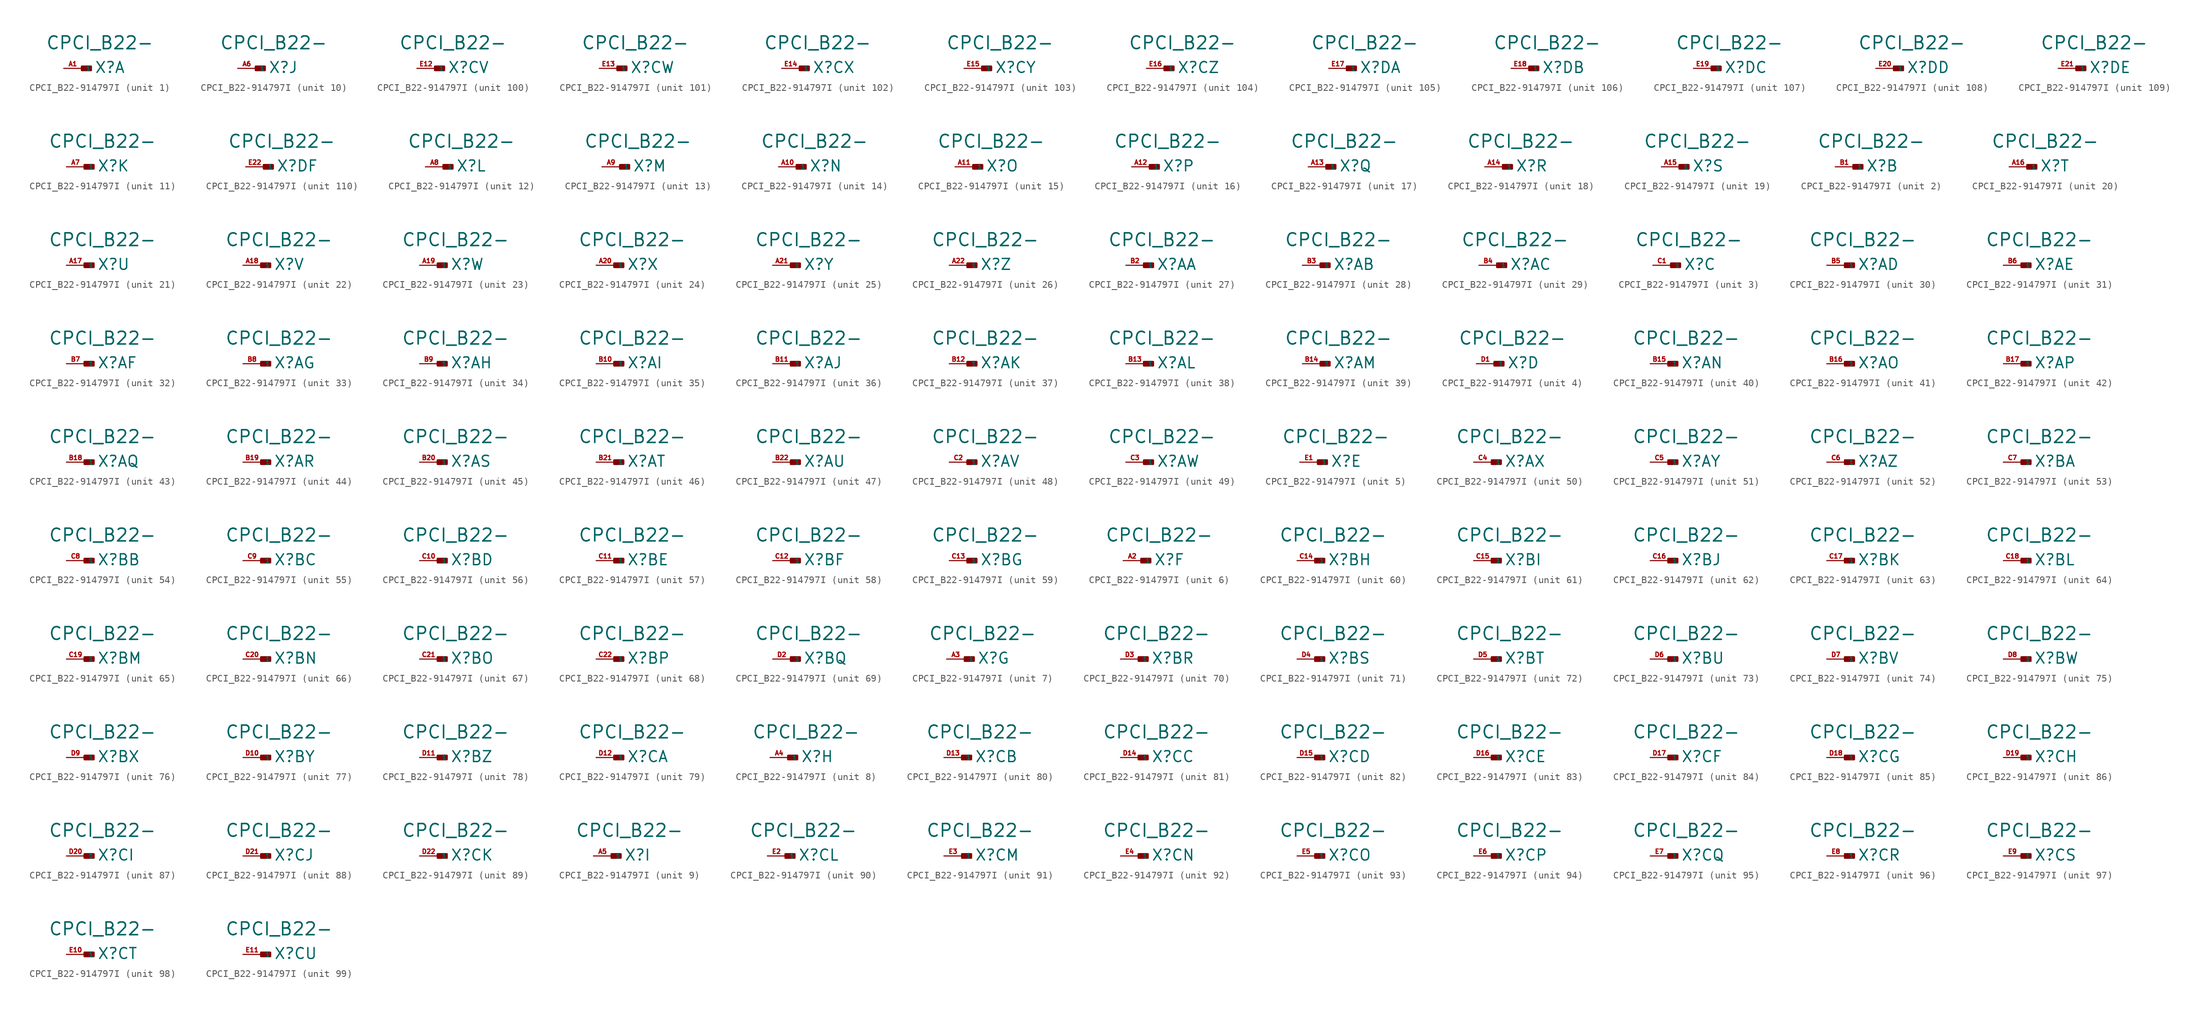
<source format=kicad_sym>
(kicad_symbol_lib
  (version 20220914)
  (generator Eagle2Kicad)
  (symbol "CPCI_B22-914797I"
    (property "Reference" "X"
      (at 1.778 -0.762 0)
      (effects (font (size 1.524 1.524) (thickness 0.19)) (justify left bottom)))
    (property "Value" "CPCI_B22-"
      (at -5.08 2.54 0)
      (effects (font (size 1.778 1.778) (thickness 0.22)) (justify left bottom)))
    (symbol "CPCI_B22-914797I_1_0"
      (rectangle (start 0 -0.254) (end 1.27 0.254) (stroke (width 0.3) (type default)) (fill (type outline)))
      (pin input line (at -2.54 0 0) (length 2.54) (name "1" (effects (font (size 0.635 0.635) (thickness 0.08)) (justify left bottom))) (number "A1" (effects (font (size 0.635 0.635) (thickness 0.08)) (justify left bottom)))))
    (symbol "CPCI_B22-914797I_2_0"
      (rectangle (start 0 -0.254) (end 1.27 0.254) (stroke (width 0.3) (type default)) (fill (type outline)))
      (pin input line (at -2.54 0 0) (length 2.54) (name "1" (effects (font (size 0.635 0.635) (thickness 0.08)) (justify left bottom))) (number "B1" (effects (font (size 0.635 0.635) (thickness 0.08)) (justify left bottom)))))
    (symbol "CPCI_B22-914797I_3_0"
      (rectangle (start 0 -0.254) (end 1.27 0.254) (stroke (width 0.3) (type default)) (fill (type outline)))
      (pin input line (at -2.54 0 0) (length 2.54) (name "1" (effects (font (size 0.635 0.635) (thickness 0.08)) (justify left bottom))) (number "C1" (effects (font (size 0.635 0.635) (thickness 0.08)) (justify left bottom)))))
    (symbol "CPCI_B22-914797I_4_0"
      (rectangle (start 0 -0.254) (end 1.27 0.254) (stroke (width 0.3) (type default)) (fill (type outline)))
      (pin input line (at -2.54 0 0) (length 2.54) (name "1" (effects (font (size 0.635 0.635) (thickness 0.08)) (justify left bottom))) (number "D1" (effects (font (size 0.635 0.635) (thickness 0.08)) (justify left bottom)))))
    (symbol "CPCI_B22-914797I_5_0"
      (rectangle (start 0 -0.254) (end 1.27 0.254) (stroke (width 0.3) (type default)) (fill (type outline)))
      (pin input line (at -2.54 0 0) (length 2.54) (name "1" (effects (font (size 0.635 0.635) (thickness 0.08)) (justify left bottom))) (number "E1" (effects (font (size 0.635 0.635) (thickness 0.08)) (justify left bottom)))))
    (symbol "CPCI_B22-914797I_6_0"
      (rectangle (start 0 -0.254) (end 1.27 0.254) (stroke (width 0.3) (type default)) (fill (type outline)))
      (pin input line (at -2.54 0 0) (length 2.54) (name "1" (effects (font (size 0.635 0.635) (thickness 0.08)) (justify left bottom))) (number "A2" (effects (font (size 0.635 0.635) (thickness 0.08)) (justify left bottom)))))
    (symbol "CPCI_B22-914797I_7_0"
      (rectangle (start 0 -0.254) (end 1.27 0.254) (stroke (width 0.3) (type default)) (fill (type outline)))
      (pin input line (at -2.54 0 0) (length 2.54) (name "1" (effects (font (size 0.635 0.635) (thickness 0.08)) (justify left bottom))) (number "A3" (effects (font (size 0.635 0.635) (thickness 0.08)) (justify left bottom)))))
    (symbol "CPCI_B22-914797I_8_0"
      (rectangle (start 0 -0.254) (end 1.27 0.254) (stroke (width 0.3) (type default)) (fill (type outline)))
      (pin input line (at -2.54 0 0) (length 2.54) (name "1" (effects (font (size 0.635 0.635) (thickness 0.08)) (justify left bottom))) (number "A4" (effects (font (size 0.635 0.635) (thickness 0.08)) (justify left bottom)))))
    (symbol "CPCI_B22-914797I_9_0"
      (rectangle (start 0 -0.254) (end 1.27 0.254) (stroke (width 0.3) (type default)) (fill (type outline)))
      (pin input line (at -2.54 0 0) (length 2.54) (name "1" (effects (font (size 0.635 0.635) (thickness 0.08)) (justify left bottom))) (number "A5" (effects (font (size 0.635 0.635) (thickness 0.08)) (justify left bottom)))))
    (symbol "CPCI_B22-914797I_10_0"
      (rectangle (start 0 -0.254) (end 1.27 0.254) (stroke (width 0.3) (type default)) (fill (type outline)))
      (pin input line (at -2.54 0 0) (length 2.54) (name "1" (effects (font (size 0.635 0.635) (thickness 0.08)) (justify left bottom))) (number "A6" (effects (font (size 0.635 0.635) (thickness 0.08)) (justify left bottom)))))
    (symbol "CPCI_B22-914797I_11_0"
      (rectangle (start 0 -0.254) (end 1.27 0.254) (stroke (width 0.3) (type default)) (fill (type outline)))
      (pin input line (at -2.54 0 0) (length 2.54) (name "1" (effects (font (size 0.635 0.635) (thickness 0.08)) (justify left bottom))) (number "A7" (effects (font (size 0.635 0.635) (thickness 0.08)) (justify left bottom)))))
    (symbol "CPCI_B22-914797I_12_0"
      (rectangle (start 0 -0.254) (end 1.27 0.254) (stroke (width 0.3) (type default)) (fill (type outline)))
      (pin input line (at -2.54 0 0) (length 2.54) (name "1" (effects (font (size 0.635 0.635) (thickness 0.08)) (justify left bottom))) (number "A8" (effects (font (size 0.635 0.635) (thickness 0.08)) (justify left bottom)))))
    (symbol "CPCI_B22-914797I_13_0"
      (rectangle (start 0 -0.254) (end 1.27 0.254) (stroke (width 0.3) (type default)) (fill (type outline)))
      (pin input line (at -2.54 0 0) (length 2.54) (name "1" (effects (font (size 0.635 0.635) (thickness 0.08)) (justify left bottom))) (number "A9" (effects (font (size 0.635 0.635) (thickness 0.08)) (justify left bottom)))))
    (symbol "CPCI_B22-914797I_14_0"
      (rectangle (start 0 -0.254) (end 1.27 0.254) (stroke (width 0.3) (type default)) (fill (type outline)))
      (pin input line (at -2.54 0 0) (length 2.54) (name "1" (effects (font (size 0.635 0.635) (thickness 0.08)) (justify left bottom))) (number "A10" (effects (font (size 0.635 0.635) (thickness 0.08)) (justify left bottom)))))
    (symbol "CPCI_B22-914797I_15_0"
      (rectangle (start 0 -0.254) (end 1.27 0.254) (stroke (width 0.3) (type default)) (fill (type outline)))
      (pin input line (at -2.54 0 0) (length 2.54) (name "1" (effects (font (size 0.635 0.635) (thickness 0.08)) (justify left bottom))) (number "A11" (effects (font (size 0.635 0.635) (thickness 0.08)) (justify left bottom)))))
    (symbol "CPCI_B22-914797I_16_0"
      (rectangle (start 0 -0.254) (end 1.27 0.254) (stroke (width 0.3) (type default)) (fill (type outline)))
      (pin input line (at -2.54 0 0) (length 2.54) (name "1" (effects (font (size 0.635 0.635) (thickness 0.08)) (justify left bottom))) (number "A12" (effects (font (size 0.635 0.635) (thickness 0.08)) (justify left bottom)))))
    (symbol "CPCI_B22-914797I_17_0"
      (rectangle (start 0 -0.254) (end 1.27 0.254) (stroke (width 0.3) (type default)) (fill (type outline)))
      (pin input line (at -2.54 0 0) (length 2.54) (name "1" (effects (font (size 0.635 0.635) (thickness 0.08)) (justify left bottom))) (number "A13" (effects (font (size 0.635 0.635) (thickness 0.08)) (justify left bottom)))))
    (symbol "CPCI_B22-914797I_18_0"
      (rectangle (start 0 -0.254) (end 1.27 0.254) (stroke (width 0.3) (type default)) (fill (type outline)))
      (pin input line (at -2.54 0 0) (length 2.54) (name "1" (effects (font (size 0.635 0.635) (thickness 0.08)) (justify left bottom))) (number "A14" (effects (font (size 0.635 0.635) (thickness 0.08)) (justify left bottom)))))
    (symbol "CPCI_B22-914797I_19_0"
      (rectangle (start 0 -0.254) (end 1.27 0.254) (stroke (width 0.3) (type default)) (fill (type outline)))
      (pin input line (at -2.54 0 0) (length 2.54) (name "1" (effects (font (size 0.635 0.635) (thickness 0.08)) (justify left bottom))) (number "A15" (effects (font (size 0.635 0.635) (thickness 0.08)) (justify left bottom)))))
    (symbol "CPCI_B22-914797I_20_0"
      (rectangle (start 0 -0.254) (end 1.27 0.254) (stroke (width 0.3) (type default)) (fill (type outline)))
      (pin input line (at -2.54 0 0) (length 2.54) (name "1" (effects (font (size 0.635 0.635) (thickness 0.08)) (justify left bottom))) (number "A16" (effects (font (size 0.635 0.635) (thickness 0.08)) (justify left bottom)))))
    (symbol "CPCI_B22-914797I_21_0"
      (rectangle (start 0 -0.254) (end 1.27 0.254) (stroke (width 0.3) (type default)) (fill (type outline)))
      (pin input line (at -2.54 0 0) (length 2.54) (name "1" (effects (font (size 0.635 0.635) (thickness 0.08)) (justify left bottom))) (number "A17" (effects (font (size 0.635 0.635) (thickness 0.08)) (justify left bottom)))))
    (symbol "CPCI_B22-914797I_22_0"
      (rectangle (start 0 -0.254) (end 1.27 0.254) (stroke (width 0.3) (type default)) (fill (type outline)))
      (pin input line (at -2.54 0 0) (length 2.54) (name "1" (effects (font (size 0.635 0.635) (thickness 0.08)) (justify left bottom))) (number "A18" (effects (font (size 0.635 0.635) (thickness 0.08)) (justify left bottom)))))
    (symbol "CPCI_B22-914797I_23_0"
      (rectangle (start 0 -0.254) (end 1.27 0.254) (stroke (width 0.3) (type default)) (fill (type outline)))
      (pin input line (at -2.54 0 0) (length 2.54) (name "1" (effects (font (size 0.635 0.635) (thickness 0.08)) (justify left bottom))) (number "A19" (effects (font (size 0.635 0.635) (thickness 0.08)) (justify left bottom)))))
    (symbol "CPCI_B22-914797I_24_0"
      (rectangle (start 0 -0.254) (end 1.27 0.254) (stroke (width 0.3) (type default)) (fill (type outline)))
      (pin input line (at -2.54 0 0) (length 2.54) (name "1" (effects (font (size 0.635 0.635) (thickness 0.08)) (justify left bottom))) (number "A20" (effects (font (size 0.635 0.635) (thickness 0.08)) (justify left bottom)))))
    (symbol "CPCI_B22-914797I_25_0"
      (rectangle (start 0 -0.254) (end 1.27 0.254) (stroke (width 0.3) (type default)) (fill (type outline)))
      (pin input line (at -2.54 0 0) (length 2.54) (name "1" (effects (font (size 0.635 0.635) (thickness 0.08)) (justify left bottom))) (number "A21" (effects (font (size 0.635 0.635) (thickness 0.08)) (justify left bottom)))))
    (symbol "CPCI_B22-914797I_26_0"
      (rectangle (start 0 -0.254) (end 1.27 0.254) (stroke (width 0.3) (type default)) (fill (type outline)))
      (pin input line (at -2.54 0 0) (length 2.54) (name "1" (effects (font (size 0.635 0.635) (thickness 0.08)) (justify left bottom))) (number "A22" (effects (font (size 0.635 0.635) (thickness 0.08)) (justify left bottom)))))
    (symbol "CPCI_B22-914797I_27_0"
      (rectangle (start 0 -0.254) (end 1.27 0.254) (stroke (width 0.3) (type default)) (fill (type outline)))
      (pin input line (at -2.54 0 0) (length 2.54) (name "1" (effects (font (size 0.635 0.635) (thickness 0.08)) (justify left bottom))) (number "B2" (effects (font (size 0.635 0.635) (thickness 0.08)) (justify left bottom)))))
    (symbol "CPCI_B22-914797I_28_0"
      (rectangle (start 0 -0.254) (end 1.27 0.254) (stroke (width 0.3) (type default)) (fill (type outline)))
      (pin input line (at -2.54 0 0) (length 2.54) (name "1" (effects (font (size 0.635 0.635) (thickness 0.08)) (justify left bottom))) (number "B3" (effects (font (size 0.635 0.635) (thickness 0.08)) (justify left bottom)))))
    (symbol "CPCI_B22-914797I_29_0"
      (rectangle (start 0 -0.254) (end 1.27 0.254) (stroke (width 0.3) (type default)) (fill (type outline)))
      (pin input line (at -2.54 0 0) (length 2.54) (name "1" (effects (font (size 0.635 0.635) (thickness 0.08)) (justify left bottom))) (number "B4" (effects (font (size 0.635 0.635) (thickness 0.08)) (justify left bottom)))))
    (symbol "CPCI_B22-914797I_30_0"
      (rectangle (start 0 -0.254) (end 1.27 0.254) (stroke (width 0.3) (type default)) (fill (type outline)))
      (pin input line (at -2.54 0 0) (length 2.54) (name "1" (effects (font (size 0.635 0.635) (thickness 0.08)) (justify left bottom))) (number "B5" (effects (font (size 0.635 0.635) (thickness 0.08)) (justify left bottom)))))
    (symbol "CPCI_B22-914797I_31_0"
      (rectangle (start 0 -0.254) (end 1.27 0.254) (stroke (width 0.3) (type default)) (fill (type outline)))
      (pin input line (at -2.54 0 0) (length 2.54) (name "1" (effects (font (size 0.635 0.635) (thickness 0.08)) (justify left bottom))) (number "B6" (effects (font (size 0.635 0.635) (thickness 0.08)) (justify left bottom)))))
    (symbol "CPCI_B22-914797I_32_0"
      (rectangle (start 0 -0.254) (end 1.27 0.254) (stroke (width 0.3) (type default)) (fill (type outline)))
      (pin input line (at -2.54 0 0) (length 2.54) (name "1" (effects (font (size 0.635 0.635) (thickness 0.08)) (justify left bottom))) (number "B7" (effects (font (size 0.635 0.635) (thickness 0.08)) (justify left bottom)))))
    (symbol "CPCI_B22-914797I_33_0"
      (rectangle (start 0 -0.254) (end 1.27 0.254) (stroke (width 0.3) (type default)) (fill (type outline)))
      (pin input line (at -2.54 0 0) (length 2.54) (name "1" (effects (font (size 0.635 0.635) (thickness 0.08)) (justify left bottom))) (number "B8" (effects (font (size 0.635 0.635) (thickness 0.08)) (justify left bottom)))))
    (symbol "CPCI_B22-914797I_34_0"
      (rectangle (start 0 -0.254) (end 1.27 0.254) (stroke (width 0.3) (type default)) (fill (type outline)))
      (pin input line (at -2.54 0 0) (length 2.54) (name "1" (effects (font (size 0.635 0.635) (thickness 0.08)) (justify left bottom))) (number "B9" (effects (font (size 0.635 0.635) (thickness 0.08)) (justify left bottom)))))
    (symbol "CPCI_B22-914797I_35_0"
      (rectangle (start 0 -0.254) (end 1.27 0.254) (stroke (width 0.3) (type default)) (fill (type outline)))
      (pin input line (at -2.54 0 0) (length 2.54) (name "1" (effects (font (size 0.635 0.635) (thickness 0.08)) (justify left bottom))) (number "B10" (effects (font (size 0.635 0.635) (thickness 0.08)) (justify left bottom)))))
    (symbol "CPCI_B22-914797I_36_0"
      (rectangle (start 0 -0.254) (end 1.27 0.254) (stroke (width 0.3) (type default)) (fill (type outline)))
      (pin input line (at -2.54 0 0) (length 2.54) (name "1" (effects (font (size 0.635 0.635) (thickness 0.08)) (justify left bottom))) (number "B11" (effects (font (size 0.635 0.635) (thickness 0.08)) (justify left bottom)))))
    (symbol "CPCI_B22-914797I_37_0"
      (rectangle (start 0 -0.254) (end 1.27 0.254) (stroke (width 0.3) (type default)) (fill (type outline)))
      (pin input line (at -2.54 0 0) (length 2.54) (name "1" (effects (font (size 0.635 0.635) (thickness 0.08)) (justify left bottom))) (number "B12" (effects (font (size 0.635 0.635) (thickness 0.08)) (justify left bottom)))))
    (symbol "CPCI_B22-914797I_38_0"
      (rectangle (start 0 -0.254) (end 1.27 0.254) (stroke (width 0.3) (type default)) (fill (type outline)))
      (pin input line (at -2.54 0 0) (length 2.54) (name "1" (effects (font (size 0.635 0.635) (thickness 0.08)) (justify left bottom))) (number "B13" (effects (font (size 0.635 0.635) (thickness 0.08)) (justify left bottom)))))
    (symbol "CPCI_B22-914797I_39_0"
      (rectangle (start 0 -0.254) (end 1.27 0.254) (stroke (width 0.3) (type default)) (fill (type outline)))
      (pin input line (at -2.54 0 0) (length 2.54) (name "1" (effects (font (size 0.635 0.635) (thickness 0.08)) (justify left bottom))) (number "B14" (effects (font (size 0.635 0.635) (thickness 0.08)) (justify left bottom)))))
    (symbol "CPCI_B22-914797I_40_0"
      (rectangle (start 0 -0.254) (end 1.27 0.254) (stroke (width 0.3) (type default)) (fill (type outline)))
      (pin input line (at -2.54 0 0) (length 2.54) (name "1" (effects (font (size 0.635 0.635) (thickness 0.08)) (justify left bottom))) (number "B15" (effects (font (size 0.635 0.635) (thickness 0.08)) (justify left bottom)))))
    (symbol "CPCI_B22-914797I_41_0"
      (rectangle (start 0 -0.254) (end 1.27 0.254) (stroke (width 0.3) (type default)) (fill (type outline)))
      (pin input line (at -2.54 0 0) (length 2.54) (name "1" (effects (font (size 0.635 0.635) (thickness 0.08)) (justify left bottom))) (number "B16" (effects (font (size 0.635 0.635) (thickness 0.08)) (justify left bottom)))))
    (symbol "CPCI_B22-914797I_42_0"
      (rectangle (start 0 -0.254) (end 1.27 0.254) (stroke (width 0.3) (type default)) (fill (type outline)))
      (pin input line (at -2.54 0 0) (length 2.54) (name "1" (effects (font (size 0.635 0.635) (thickness 0.08)) (justify left bottom))) (number "B17" (effects (font (size 0.635 0.635) (thickness 0.08)) (justify left bottom)))))
    (symbol "CPCI_B22-914797I_43_0"
      (rectangle (start 0 -0.254) (end 1.27 0.254) (stroke (width 0.3) (type default)) (fill (type outline)))
      (pin input line (at -2.54 0 0) (length 2.54) (name "1" (effects (font (size 0.635 0.635) (thickness 0.08)) (justify left bottom))) (number "B18" (effects (font (size 0.635 0.635) (thickness 0.08)) (justify left bottom)))))
    (symbol "CPCI_B22-914797I_44_0"
      (rectangle (start 0 -0.254) (end 1.27 0.254) (stroke (width 0.3) (type default)) (fill (type outline)))
      (pin input line (at -2.54 0 0) (length 2.54) (name "1" (effects (font (size 0.635 0.635) (thickness 0.08)) (justify left bottom))) (number "B19" (effects (font (size 0.635 0.635) (thickness 0.08)) (justify left bottom)))))
    (symbol "CPCI_B22-914797I_45_0"
      (rectangle (start 0 -0.254) (end 1.27 0.254) (stroke (width 0.3) (type default)) (fill (type outline)))
      (pin input line (at -2.54 0 0) (length 2.54) (name "1" (effects (font (size 0.635 0.635) (thickness 0.08)) (justify left bottom))) (number "B20" (effects (font (size 0.635 0.635) (thickness 0.08)) (justify left bottom)))))
    (symbol "CPCI_B22-914797I_46_0"
      (rectangle (start 0 -0.254) (end 1.27 0.254) (stroke (width 0.3) (type default)) (fill (type outline)))
      (pin input line (at -2.54 0 0) (length 2.54) (name "1" (effects (font (size 0.635 0.635) (thickness 0.08)) (justify left bottom))) (number "B21" (effects (font (size 0.635 0.635) (thickness 0.08)) (justify left bottom)))))
    (symbol "CPCI_B22-914797I_47_0"
      (rectangle (start 0 -0.254) (end 1.27 0.254) (stroke (width 0.3) (type default)) (fill (type outline)))
      (pin input line (at -2.54 0 0) (length 2.54) (name "1" (effects (font (size 0.635 0.635) (thickness 0.08)) (justify left bottom))) (number "B22" (effects (font (size 0.635 0.635) (thickness 0.08)) (justify left bottom)))))
    (symbol "CPCI_B22-914797I_48_0"
      (rectangle (start 0 -0.254) (end 1.27 0.254) (stroke (width 0.3) (type default)) (fill (type outline)))
      (pin input line (at -2.54 0 0) (length 2.54) (name "1" (effects (font (size 0.635 0.635) (thickness 0.08)) (justify left bottom))) (number "C2" (effects (font (size 0.635 0.635) (thickness 0.08)) (justify left bottom)))))
    (symbol "CPCI_B22-914797I_49_0"
      (rectangle (start 0 -0.254) (end 1.27 0.254) (stroke (width 0.3) (type default)) (fill (type outline)))
      (pin input line (at -2.54 0 0) (length 2.54) (name "1" (effects (font (size 0.635 0.635) (thickness 0.08)) (justify left bottom))) (number "C3" (effects (font (size 0.635 0.635) (thickness 0.08)) (justify left bottom)))))
    (symbol "CPCI_B22-914797I_50_0"
      (rectangle (start 0 -0.254) (end 1.27 0.254) (stroke (width 0.3) (type default)) (fill (type outline)))
      (pin input line (at -2.54 0 0) (length 2.54) (name "1" (effects (font (size 0.635 0.635) (thickness 0.08)) (justify left bottom))) (number "C4" (effects (font (size 0.635 0.635) (thickness 0.08)) (justify left bottom)))))
    (symbol "CPCI_B22-914797I_51_0"
      (rectangle (start 0 -0.254) (end 1.27 0.254) (stroke (width 0.3) (type default)) (fill (type outline)))
      (pin input line (at -2.54 0 0) (length 2.54) (name "1" (effects (font (size 0.635 0.635) (thickness 0.08)) (justify left bottom))) (number "C5" (effects (font (size 0.635 0.635) (thickness 0.08)) (justify left bottom)))))
    (symbol "CPCI_B22-914797I_52_0"
      (rectangle (start 0 -0.254) (end 1.27 0.254) (stroke (width 0.3) (type default)) (fill (type outline)))
      (pin input line (at -2.54 0 0) (length 2.54) (name "1" (effects (font (size 0.635 0.635) (thickness 0.08)) (justify left bottom))) (number "C6" (effects (font (size 0.635 0.635) (thickness 0.08)) (justify left bottom)))))
    (symbol "CPCI_B22-914797I_53_0"
      (rectangle (start 0 -0.254) (end 1.27 0.254) (stroke (width 0.3) (type default)) (fill (type outline)))
      (pin input line (at -2.54 0 0) (length 2.54) (name "1" (effects (font (size 0.635 0.635) (thickness 0.08)) (justify left bottom))) (number "C7" (effects (font (size 0.635 0.635) (thickness 0.08)) (justify left bottom)))))
    (symbol "CPCI_B22-914797I_54_0"
      (rectangle (start 0 -0.254) (end 1.27 0.254) (stroke (width 0.3) (type default)) (fill (type outline)))
      (pin input line (at -2.54 0 0) (length 2.54) (name "1" (effects (font (size 0.635 0.635) (thickness 0.08)) (justify left bottom))) (number "C8" (effects (font (size 0.635 0.635) (thickness 0.08)) (justify left bottom)))))
    (symbol "CPCI_B22-914797I_55_0"
      (rectangle (start 0 -0.254) (end 1.27 0.254) (stroke (width 0.3) (type default)) (fill (type outline)))
      (pin input line (at -2.54 0 0) (length 2.54) (name "1" (effects (font (size 0.635 0.635) (thickness 0.08)) (justify left bottom))) (number "C9" (effects (font (size 0.635 0.635) (thickness 0.08)) (justify left bottom)))))
    (symbol "CPCI_B22-914797I_56_0"
      (rectangle (start 0 -0.254) (end 1.27 0.254) (stroke (width 0.3) (type default)) (fill (type outline)))
      (pin input line (at -2.54 0 0) (length 2.54) (name "1" (effects (font (size 0.635 0.635) (thickness 0.08)) (justify left bottom))) (number "C10" (effects (font (size 0.635 0.635) (thickness 0.08)) (justify left bottom)))))
    (symbol "CPCI_B22-914797I_57_0"
      (rectangle (start 0 -0.254) (end 1.27 0.254) (stroke (width 0.3) (type default)) (fill (type outline)))
      (pin input line (at -2.54 0 0) (length 2.54) (name "1" (effects (font (size 0.635 0.635) (thickness 0.08)) (justify left bottom))) (number "C11" (effects (font (size 0.635 0.635) (thickness 0.08)) (justify left bottom)))))
    (symbol "CPCI_B22-914797I_58_0"
      (rectangle (start 0 -0.254) (end 1.27 0.254) (stroke (width 0.3) (type default)) (fill (type outline)))
      (pin input line (at -2.54 0 0) (length 2.54) (name "1" (effects (font (size 0.635 0.635) (thickness 0.08)) (justify left bottom))) (number "C12" (effects (font (size 0.635 0.635) (thickness 0.08)) (justify left bottom)))))
    (symbol "CPCI_B22-914797I_59_0"
      (rectangle (start 0 -0.254) (end 1.27 0.254) (stroke (width 0.3) (type default)) (fill (type outline)))
      (pin input line (at -2.54 0 0) (length 2.54) (name "1" (effects (font (size 0.635 0.635) (thickness 0.08)) (justify left bottom))) (number "C13" (effects (font (size 0.635 0.635) (thickness 0.08)) (justify left bottom)))))
    (symbol "CPCI_B22-914797I_60_0"
      (rectangle (start 0 -0.254) (end 1.27 0.254) (stroke (width 0.3) (type default)) (fill (type outline)))
      (pin input line (at -2.54 0 0) (length 2.54) (name "1" (effects (font (size 0.635 0.635) (thickness 0.08)) (justify left bottom))) (number "C14" (effects (font (size 0.635 0.635) (thickness 0.08)) (justify left bottom)))))
    (symbol "CPCI_B22-914797I_61_0"
      (rectangle (start 0 -0.254) (end 1.27 0.254) (stroke (width 0.3) (type default)) (fill (type outline)))
      (pin input line (at -2.54 0 0) (length 2.54) (name "1" (effects (font (size 0.635 0.635) (thickness 0.08)) (justify left bottom))) (number "C15" (effects (font (size 0.635 0.635) (thickness 0.08)) (justify left bottom)))))
    (symbol "CPCI_B22-914797I_62_0"
      (rectangle (start 0 -0.254) (end 1.27 0.254) (stroke (width 0.3) (type default)) (fill (type outline)))
      (pin input line (at -2.54 0 0) (length 2.54) (name "1" (effects (font (size 0.635 0.635) (thickness 0.08)) (justify left bottom))) (number "C16" (effects (font (size 0.635 0.635) (thickness 0.08)) (justify left bottom)))))
    (symbol "CPCI_B22-914797I_63_0"
      (rectangle (start 0 -0.254) (end 1.27 0.254) (stroke (width 0.3) (type default)) (fill (type outline)))
      (pin input line (at -2.54 0 0) (length 2.54) (name "1" (effects (font (size 0.635 0.635) (thickness 0.08)) (justify left bottom))) (number "C17" (effects (font (size 0.635 0.635) (thickness 0.08)) (justify left bottom)))))
    (symbol "CPCI_B22-914797I_64_0"
      (rectangle (start 0 -0.254) (end 1.27 0.254) (stroke (width 0.3) (type default)) (fill (type outline)))
      (pin input line (at -2.54 0 0) (length 2.54) (name "1" (effects (font (size 0.635 0.635) (thickness 0.08)) (justify left bottom))) (number "C18" (effects (font (size 0.635 0.635) (thickness 0.08)) (justify left bottom)))))
    (symbol "CPCI_B22-914797I_65_0"
      (rectangle (start 0 -0.254) (end 1.27 0.254) (stroke (width 0.3) (type default)) (fill (type outline)))
      (pin input line (at -2.54 0 0) (length 2.54) (name "1" (effects (font (size 0.635 0.635) (thickness 0.08)) (justify left bottom))) (number "C19" (effects (font (size 0.635 0.635) (thickness 0.08)) (justify left bottom)))))
    (symbol "CPCI_B22-914797I_66_0"
      (rectangle (start 0 -0.254) (end 1.27 0.254) (stroke (width 0.3) (type default)) (fill (type outline)))
      (pin input line (at -2.54 0 0) (length 2.54) (name "1" (effects (font (size 0.635 0.635) (thickness 0.08)) (justify left bottom))) (number "C20" (effects (font (size 0.635 0.635) (thickness 0.08)) (justify left bottom)))))
    (symbol "CPCI_B22-914797I_67_0"
      (rectangle (start 0 -0.254) (end 1.27 0.254) (stroke (width 0.3) (type default)) (fill (type outline)))
      (pin input line (at -2.54 0 0) (length 2.54) (name "1" (effects (font (size 0.635 0.635) (thickness 0.08)) (justify left bottom))) (number "C21" (effects (font (size 0.635 0.635) (thickness 0.08)) (justify left bottom)))))
    (symbol "CPCI_B22-914797I_68_0"
      (rectangle (start 0 -0.254) (end 1.27 0.254) (stroke (width 0.3) (type default)) (fill (type outline)))
      (pin input line (at -2.54 0 0) (length 2.54) (name "1" (effects (font (size 0.635 0.635) (thickness 0.08)) (justify left bottom))) (number "C22" (effects (font (size 0.635 0.635) (thickness 0.08)) (justify left bottom)))))
    (symbol "CPCI_B22-914797I_69_0"
      (rectangle (start 0 -0.254) (end 1.27 0.254) (stroke (width 0.3) (type default)) (fill (type outline)))
      (pin input line (at -2.54 0 0) (length 2.54) (name "1" (effects (font (size 0.635 0.635) (thickness 0.08)) (justify left bottom))) (number "D2" (effects (font (size 0.635 0.635) (thickness 0.08)) (justify left bottom)))))
    (symbol "CPCI_B22-914797I_70_0"
      (rectangle (start 0 -0.254) (end 1.27 0.254) (stroke (width 0.3) (type default)) (fill (type outline)))
      (pin input line (at -2.54 0 0) (length 2.54) (name "1" (effects (font (size 0.635 0.635) (thickness 0.08)) (justify left bottom))) (number "D3" (effects (font (size 0.635 0.635) (thickness 0.08)) (justify left bottom)))))
    (symbol "CPCI_B22-914797I_71_0"
      (rectangle (start 0 -0.254) (end 1.27 0.254) (stroke (width 0.3) (type default)) (fill (type outline)))
      (pin input line (at -2.54 0 0) (length 2.54) (name "1" (effects (font (size 0.635 0.635) (thickness 0.08)) (justify left bottom))) (number "D4" (effects (font (size 0.635 0.635) (thickness 0.08)) (justify left bottom)))))
    (symbol "CPCI_B22-914797I_72_0"
      (rectangle (start 0 -0.254) (end 1.27 0.254) (stroke (width 0.3) (type default)) (fill (type outline)))
      (pin input line (at -2.54 0 0) (length 2.54) (name "1" (effects (font (size 0.635 0.635) (thickness 0.08)) (justify left bottom))) (number "D5" (effects (font (size 0.635 0.635) (thickness 0.08)) (justify left bottom)))))
    (symbol "CPCI_B22-914797I_73_0"
      (rectangle (start 0 -0.254) (end 1.27 0.254) (stroke (width 0.3) (type default)) (fill (type outline)))
      (pin input line (at -2.54 0 0) (length 2.54) (name "1" (effects (font (size 0.635 0.635) (thickness 0.08)) (justify left bottom))) (number "D6" (effects (font (size 0.635 0.635) (thickness 0.08)) (justify left bottom)))))
    (symbol "CPCI_B22-914797I_74_0"
      (rectangle (start 0 -0.254) (end 1.27 0.254) (stroke (width 0.3) (type default)) (fill (type outline)))
      (pin input line (at -2.54 0 0) (length 2.54) (name "1" (effects (font (size 0.635 0.635) (thickness 0.08)) (justify left bottom))) (number "D7" (effects (font (size 0.635 0.635) (thickness 0.08)) (justify left bottom)))))
    (symbol "CPCI_B22-914797I_75_0"
      (rectangle (start 0 -0.254) (end 1.27 0.254) (stroke (width 0.3) (type default)) (fill (type outline)))
      (pin input line (at -2.54 0 0) (length 2.54) (name "1" (effects (font (size 0.635 0.635) (thickness 0.08)) (justify left bottom))) (number "D8" (effects (font (size 0.635 0.635) (thickness 0.08)) (justify left bottom)))))
    (symbol "CPCI_B22-914797I_76_0"
      (rectangle (start 0 -0.254) (end 1.27 0.254) (stroke (width 0.3) (type default)) (fill (type outline)))
      (pin input line (at -2.54 0 0) (length 2.54) (name "1" (effects (font (size 0.635 0.635) (thickness 0.08)) (justify left bottom))) (number "D9" (effects (font (size 0.635 0.635) (thickness 0.08)) (justify left bottom)))))
    (symbol "CPCI_B22-914797I_77_0"
      (rectangle (start 0 -0.254) (end 1.27 0.254) (stroke (width 0.3) (type default)) (fill (type outline)))
      (pin input line (at -2.54 0 0) (length 2.54) (name "1" (effects (font (size 0.635 0.635) (thickness 0.08)) (justify left bottom))) (number "D10" (effects (font (size 0.635 0.635) (thickness 0.08)) (justify left bottom)))))
    (symbol "CPCI_B22-914797I_78_0"
      (rectangle (start 0 -0.254) (end 1.27 0.254) (stroke (width 0.3) (type default)) (fill (type outline)))
      (pin input line (at -2.54 0 0) (length 2.54) (name "1" (effects (font (size 0.635 0.635) (thickness 0.08)) (justify left bottom))) (number "D11" (effects (font (size 0.635 0.635) (thickness 0.08)) (justify left bottom)))))
    (symbol "CPCI_B22-914797I_79_0"
      (rectangle (start 0 -0.254) (end 1.27 0.254) (stroke (width 0.3) (type default)) (fill (type outline)))
      (pin input line (at -2.54 0 0) (length 2.54) (name "1" (effects (font (size 0.635 0.635) (thickness 0.08)) (justify left bottom))) (number "D12" (effects (font (size 0.635 0.635) (thickness 0.08)) (justify left bottom)))))
    (symbol "CPCI_B22-914797I_80_0"
      (rectangle (start 0 -0.254) (end 1.27 0.254) (stroke (width 0.3) (type default)) (fill (type outline)))
      (pin input line (at -2.54 0 0) (length 2.54) (name "1" (effects (font (size 0.635 0.635) (thickness 0.08)) (justify left bottom))) (number "D13" (effects (font (size 0.635 0.635) (thickness 0.08)) (justify left bottom)))))
    (symbol "CPCI_B22-914797I_81_0"
      (rectangle (start 0 -0.254) (end 1.27 0.254) (stroke (width 0.3) (type default)) (fill (type outline)))
      (pin input line (at -2.54 0 0) (length 2.54) (name "1" (effects (font (size 0.635 0.635) (thickness 0.08)) (justify left bottom))) (number "D14" (effects (font (size 0.635 0.635) (thickness 0.08)) (justify left bottom)))))
    (symbol "CPCI_B22-914797I_82_0"
      (rectangle (start 0 -0.254) (end 1.27 0.254) (stroke (width 0.3) (type default)) (fill (type outline)))
      (pin input line (at -2.54 0 0) (length 2.54) (name "1" (effects (font (size 0.635 0.635) (thickness 0.08)) (justify left bottom))) (number "D15" (effects (font (size 0.635 0.635) (thickness 0.08)) (justify left bottom)))))
    (symbol "CPCI_B22-914797I_83_0"
      (rectangle (start 0 -0.254) (end 1.27 0.254) (stroke (width 0.3) (type default)) (fill (type outline)))
      (pin input line (at -2.54 0 0) (length 2.54) (name "1" (effects (font (size 0.635 0.635) (thickness 0.08)) (justify left bottom))) (number "D16" (effects (font (size 0.635 0.635) (thickness 0.08)) (justify left bottom)))))
    (symbol "CPCI_B22-914797I_84_0"
      (rectangle (start 0 -0.254) (end 1.27 0.254) (stroke (width 0.3) (type default)) (fill (type outline)))
      (pin input line (at -2.54 0 0) (length 2.54) (name "1" (effects (font (size 0.635 0.635) (thickness 0.08)) (justify left bottom))) (number "D17" (effects (font (size 0.635 0.635) (thickness 0.08)) (justify left bottom)))))
    (symbol "CPCI_B22-914797I_85_0"
      (rectangle (start 0 -0.254) (end 1.27 0.254) (stroke (width 0.3) (type default)) (fill (type outline)))
      (pin input line (at -2.54 0 0) (length 2.54) (name "1" (effects (font (size 0.635 0.635) (thickness 0.08)) (justify left bottom))) (number "D18" (effects (font (size 0.635 0.635) (thickness 0.08)) (justify left bottom)))))
    (symbol "CPCI_B22-914797I_86_0"
      (rectangle (start 0 -0.254) (end 1.27 0.254) (stroke (width 0.3) (type default)) (fill (type outline)))
      (pin input line (at -2.54 0 0) (length 2.54) (name "1" (effects (font (size 0.635 0.635) (thickness 0.08)) (justify left bottom))) (number "D19" (effects (font (size 0.635 0.635) (thickness 0.08)) (justify left bottom)))))
    (symbol "CPCI_B22-914797I_87_0"
      (rectangle (start 0 -0.254) (end 1.27 0.254) (stroke (width 0.3) (type default)) (fill (type outline)))
      (pin input line (at -2.54 0 0) (length 2.54) (name "1" (effects (font (size 0.635 0.635) (thickness 0.08)) (justify left bottom))) (number "D20" (effects (font (size 0.635 0.635) (thickness 0.08)) (justify left bottom)))))
    (symbol "CPCI_B22-914797I_88_0"
      (rectangle (start 0 -0.254) (end 1.27 0.254) (stroke (width 0.3) (type default)) (fill (type outline)))
      (pin input line (at -2.54 0 0) (length 2.54) (name "1" (effects (font (size 0.635 0.635) (thickness 0.08)) (justify left bottom))) (number "D21" (effects (font (size 0.635 0.635) (thickness 0.08)) (justify left bottom)))))
    (symbol "CPCI_B22-914797I_89_0"
      (rectangle (start 0 -0.254) (end 1.27 0.254) (stroke (width 0.3) (type default)) (fill (type outline)))
      (pin input line (at -2.54 0 0) (length 2.54) (name "1" (effects (font (size 0.635 0.635) (thickness 0.08)) (justify left bottom))) (number "D22" (effects (font (size 0.635 0.635) (thickness 0.08)) (justify left bottom)))))
    (symbol "CPCI_B22-914797I_90_0"
      (rectangle (start 0 -0.254) (end 1.27 0.254) (stroke (width 0.3) (type default)) (fill (type outline)))
      (pin input line (at -2.54 0 0) (length 2.54) (name "1" (effects (font (size 0.635 0.635) (thickness 0.08)) (justify left bottom))) (number "E2" (effects (font (size 0.635 0.635) (thickness 0.08)) (justify left bottom)))))
    (symbol "CPCI_B22-914797I_91_0"
      (rectangle (start 0 -0.254) (end 1.27 0.254) (stroke (width 0.3) (type default)) (fill (type outline)))
      (pin input line (at -2.54 0 0) (length 2.54) (name "1" (effects (font (size 0.635 0.635) (thickness 0.08)) (justify left bottom))) (number "E3" (effects (font (size 0.635 0.635) (thickness 0.08)) (justify left bottom)))))
    (symbol "CPCI_B22-914797I_92_0"
      (rectangle (start 0 -0.254) (end 1.27 0.254) (stroke (width 0.3) (type default)) (fill (type outline)))
      (pin input line (at -2.54 0 0) (length 2.54) (name "1" (effects (font (size 0.635 0.635) (thickness 0.08)) (justify left bottom))) (number "E4" (effects (font (size 0.635 0.635) (thickness 0.08)) (justify left bottom)))))
    (symbol "CPCI_B22-914797I_93_0"
      (rectangle (start 0 -0.254) (end 1.27 0.254) (stroke (width 0.3) (type default)) (fill (type outline)))
      (pin input line (at -2.54 0 0) (length 2.54) (name "1" (effects (font (size 0.635 0.635) (thickness 0.08)) (justify left bottom))) (number "E5" (effects (font (size 0.635 0.635) (thickness 0.08)) (justify left bottom)))))
    (symbol "CPCI_B22-914797I_94_0"
      (rectangle (start 0 -0.254) (end 1.27 0.254) (stroke (width 0.3) (type default)) (fill (type outline)))
      (pin input line (at -2.54 0 0) (length 2.54) (name "1" (effects (font (size 0.635 0.635) (thickness 0.08)) (justify left bottom))) (number "E6" (effects (font (size 0.635 0.635) (thickness 0.08)) (justify left bottom)))))
    (symbol "CPCI_B22-914797I_95_0"
      (rectangle (start 0 -0.254) (end 1.27 0.254) (stroke (width 0.3) (type default)) (fill (type outline)))
      (pin input line (at -2.54 0 0) (length 2.54) (name "1" (effects (font (size 0.635 0.635) (thickness 0.08)) (justify left bottom))) (number "E7" (effects (font (size 0.635 0.635) (thickness 0.08)) (justify left bottom)))))
    (symbol "CPCI_B22-914797I_96_0"
      (rectangle (start 0 -0.254) (end 1.27 0.254) (stroke (width 0.3) (type default)) (fill (type outline)))
      (pin input line (at -2.54 0 0) (length 2.54) (name "1" (effects (font (size 0.635 0.635) (thickness 0.08)) (justify left bottom))) (number "E8" (effects (font (size 0.635 0.635) (thickness 0.08)) (justify left bottom)))))
    (symbol "CPCI_B22-914797I_97_0"
      (rectangle (start 0 -0.254) (end 1.27 0.254) (stroke (width 0.3) (type default)) (fill (type outline)))
      (pin input line (at -2.54 0 0) (length 2.54) (name "1" (effects (font (size 0.635 0.635) (thickness 0.08)) (justify left bottom))) (number "E9" (effects (font (size 0.635 0.635) (thickness 0.08)) (justify left bottom)))))
    (symbol "CPCI_B22-914797I_98_0"
      (rectangle (start 0 -0.254) (end 1.27 0.254) (stroke (width 0.3) (type default)) (fill (type outline)))
      (pin input line (at -2.54 0 0) (length 2.54) (name "1" (effects (font (size 0.635 0.635) (thickness 0.08)) (justify left bottom))) (number "E10" (effects (font (size 0.635 0.635) (thickness 0.08)) (justify left bottom)))))
    (symbol "CPCI_B22-914797I_99_0"
      (rectangle (start 0 -0.254) (end 1.27 0.254) (stroke (width 0.3) (type default)) (fill (type outline)))
      (pin input line (at -2.54 0 0) (length 2.54) (name "1" (effects (font (size 0.635 0.635) (thickness 0.08)) (justify left bottom))) (number "E11" (effects (font (size 0.635 0.635) (thickness 0.08)) (justify left bottom)))))
    (symbol "CPCI_B22-914797I_100_0"
      (rectangle (start 0 -0.254) (end 1.27 0.254) (stroke (width 0.3) (type default)) (fill (type outline)))
      (pin input line (at -2.54 0 0) (length 2.54) (name "1" (effects (font (size 0.635 0.635) (thickness 0.08)) (justify left bottom))) (number "E12" (effects (font (size 0.635 0.635) (thickness 0.08)) (justify left bottom)))))
    (symbol "CPCI_B22-914797I_101_0"
      (rectangle (start 0 -0.254) (end 1.27 0.254) (stroke (width 0.3) (type default)) (fill (type outline)))
      (pin input line (at -2.54 0 0) (length 2.54) (name "1" (effects (font (size 0.635 0.635) (thickness 0.08)) (justify left bottom))) (number "E13" (effects (font (size 0.635 0.635) (thickness 0.08)) (justify left bottom)))))
    (symbol "CPCI_B22-914797I_102_0"
      (rectangle (start 0 -0.254) (end 1.27 0.254) (stroke (width 0.3) (type default)) (fill (type outline)))
      (pin input line (at -2.54 0 0) (length 2.54) (name "1" (effects (font (size 0.635 0.635) (thickness 0.08)) (justify left bottom))) (number "E14" (effects (font (size 0.635 0.635) (thickness 0.08)) (justify left bottom)))))
    (symbol "CPCI_B22-914797I_103_0"
      (rectangle (start 0 -0.254) (end 1.27 0.254) (stroke (width 0.3) (type default)) (fill (type outline)))
      (pin input line (at -2.54 0 0) (length 2.54) (name "1" (effects (font (size 0.635 0.635) (thickness 0.08)) (justify left bottom))) (number "E15" (effects (font (size 0.635 0.635) (thickness 0.08)) (justify left bottom)))))
    (symbol "CPCI_B22-914797I_104_0"
      (rectangle (start 0 -0.254) (end 1.27 0.254) (stroke (width 0.3) (type default)) (fill (type outline)))
      (pin input line (at -2.54 0 0) (length 2.54) (name "1" (effects (font (size 0.635 0.635) (thickness 0.08)) (justify left bottom))) (number "E16" (effects (font (size 0.635 0.635) (thickness 0.08)) (justify left bottom)))))
    (symbol "CPCI_B22-914797I_105_0"
      (rectangle (start 0 -0.254) (end 1.27 0.254) (stroke (width 0.3) (type default)) (fill (type outline)))
      (pin input line (at -2.54 0 0) (length 2.54) (name "1" (effects (font (size 0.635 0.635) (thickness 0.08)) (justify left bottom))) (number "E17" (effects (font (size 0.635 0.635) (thickness 0.08)) (justify left bottom)))))
    (symbol "CPCI_B22-914797I_106_0"
      (rectangle (start 0 -0.254) (end 1.27 0.254) (stroke (width 0.3) (type default)) (fill (type outline)))
      (pin input line (at -2.54 0 0) (length 2.54) (name "1" (effects (font (size 0.635 0.635) (thickness 0.08)) (justify left bottom))) (number "E18" (effects (font (size 0.635 0.635) (thickness 0.08)) (justify left bottom)))))
    (symbol "CPCI_B22-914797I_107_0"
      (rectangle (start 0 -0.254) (end 1.27 0.254) (stroke (width 0.3) (type default)) (fill (type outline)))
      (pin input line (at -2.54 0 0) (length 2.54) (name "1" (effects (font (size 0.635 0.635) (thickness 0.08)) (justify left bottom))) (number "E19" (effects (font (size 0.635 0.635) (thickness 0.08)) (justify left bottom)))))
    (symbol "CPCI_B22-914797I_108_0"
      (rectangle (start 0 -0.254) (end 1.27 0.254) (stroke (width 0.3) (type default)) (fill (type outline)))
      (pin input line (at -2.54 0 0) (length 2.54) (name "1" (effects (font (size 0.635 0.635) (thickness 0.08)) (justify left bottom))) (number "E20" (effects (font (size 0.635 0.635) (thickness 0.08)) (justify left bottom)))))
    (symbol "CPCI_B22-914797I_109_0"
      (rectangle (start 0 -0.254) (end 1.27 0.254) (stroke (width 0.3) (type default)) (fill (type outline)))
      (pin input line (at -2.54 0 0) (length 2.54) (name "1" (effects (font (size 0.635 0.635) (thickness 0.08)) (justify left bottom))) (number "E21" (effects (font (size 0.635 0.635) (thickness 0.08)) (justify left bottom)))))
    (symbol "CPCI_B22-914797I_110_0"
      (rectangle (start 0 -0.254) (end 1.27 0.254) (stroke (width 0.3) (type default)) (fill (type outline)))
      (pin input line (at -2.54 0 0) (length 2.54) (name "1" (effects (font (size 0.635 0.635) (thickness 0.08)) (justify left bottom))) (number "E22" (effects (font (size 0.635 0.635) (thickness 0.08)) (justify left bottom)))))))
</source>
